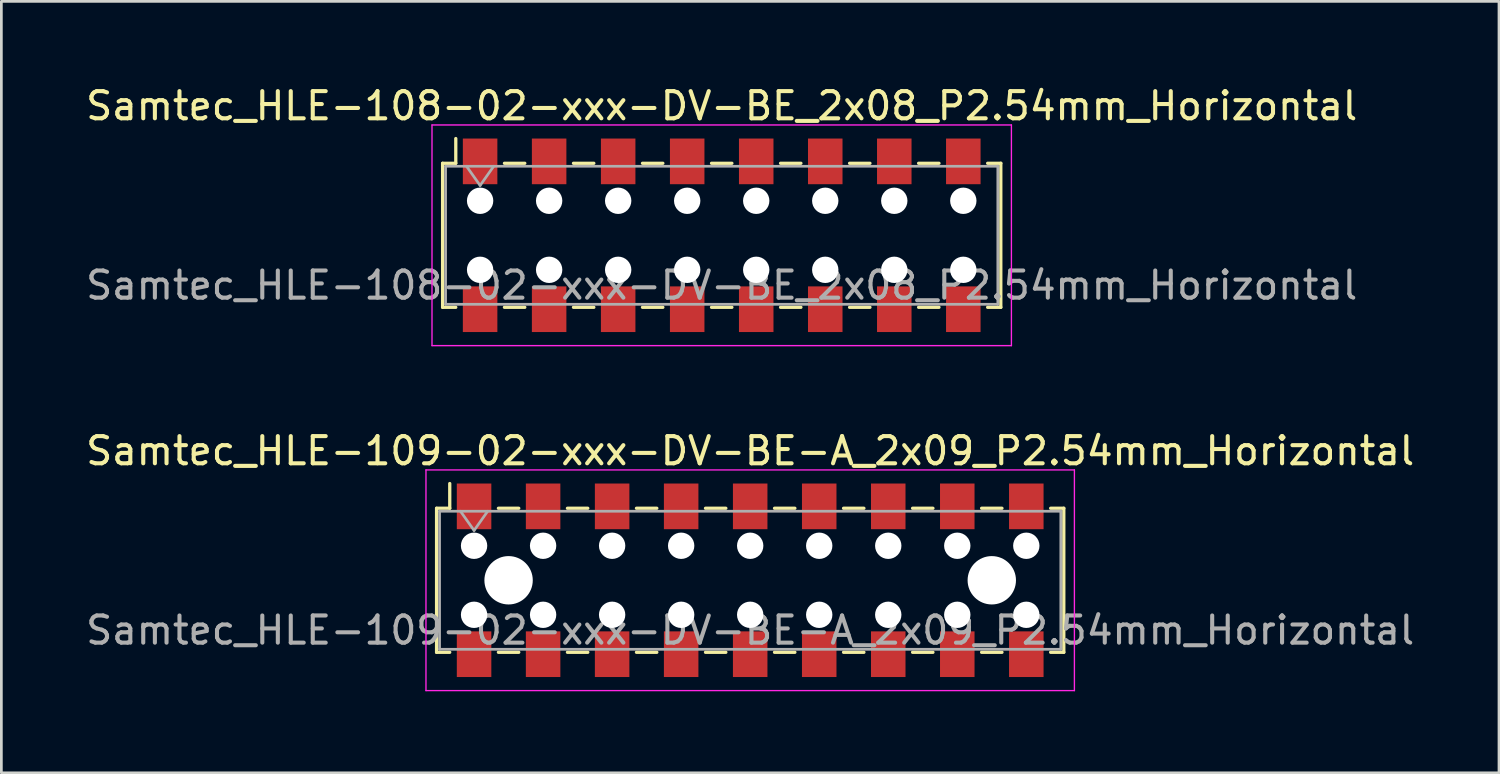
<source format=kicad_pcb>
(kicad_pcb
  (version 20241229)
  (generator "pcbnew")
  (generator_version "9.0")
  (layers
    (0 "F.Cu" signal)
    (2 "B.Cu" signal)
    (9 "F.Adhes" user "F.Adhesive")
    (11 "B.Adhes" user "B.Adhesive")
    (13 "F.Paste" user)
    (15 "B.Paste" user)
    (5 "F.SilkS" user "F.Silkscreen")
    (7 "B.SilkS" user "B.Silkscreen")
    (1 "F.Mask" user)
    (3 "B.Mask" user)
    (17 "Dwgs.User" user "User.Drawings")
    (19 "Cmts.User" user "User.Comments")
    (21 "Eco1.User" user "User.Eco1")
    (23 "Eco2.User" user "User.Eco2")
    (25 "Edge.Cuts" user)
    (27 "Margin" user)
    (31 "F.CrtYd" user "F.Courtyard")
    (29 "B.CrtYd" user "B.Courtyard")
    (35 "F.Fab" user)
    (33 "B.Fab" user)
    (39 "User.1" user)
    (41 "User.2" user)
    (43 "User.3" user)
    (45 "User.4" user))
  (footprint "Samtec_HLE-109-02-xxx-DV-BE-A_2x09_P2.54mm_Horizontal"
    (layer "F.Cu")
    (at 24.554 18.302)
    (property "Reference" "Samtec_HLE-109-02-xxx-DV-BE-A_2x09_P2.54mm_Horizontal" (at 0 -4.76 0) (layer "F.SilkS") (effects (font (size 1 1) (thickness 0.15))))
    (attr smd)
    (fp_line (start -11.54 -2.65) (end -11.54 2.65) (stroke (width 0.12) (type solid)) (layer "F.SilkS"))
    (fp_line (start -11.54 2.65) (end -11.055 2.65) (stroke (width 0.12) (type solid)) (layer "F.SilkS"))
    (fp_line (start -11.055 -3.56) (end -11.055 -2.65) (stroke (width 0.12) (type solid)) (layer "F.SilkS"))
    (fp_line (start -11.055 -2.65) (end -11.54 -2.65) (stroke (width 0.12) (type solid)) (layer "F.SilkS"))
    (fp_line (start -9.265 -2.65) (end -8.515 -2.65) (stroke (width 0.12) (type solid)) (layer "F.SilkS"))
    (fp_line (start -9.265 2.65) (end -8.515 2.65) (stroke (width 0.12) (type solid)) (layer "F.SilkS"))
    (fp_line (start -6.725 -2.65) (end -5.975 -2.65) (stroke (width 0.12) (type solid)) (layer "F.SilkS"))
    (fp_line (start -6.725 2.65) (end -5.975 2.65) (stroke (width 0.12) (type solid)) (layer "F.SilkS"))
    (fp_line (start -4.185 -2.65) (end -3.435 -2.65) (stroke (width 0.12) (type solid)) (layer "F.SilkS"))
    (fp_line (start -4.185 2.65) (end -3.435 2.65) (stroke (width 0.12) (type solid)) (layer "F.SilkS"))
    (fp_line (start -1.645 -2.65) (end -0.895 -2.65) (stroke (width 0.12) (type solid)) (layer "F.SilkS"))
    (fp_line (start -1.645 2.65) (end -0.895 2.65) (stroke (width 0.12) (type solid)) (layer "F.SilkS"))
    (fp_line (start 0.895 -2.65) (end 1.645 -2.65) (stroke (width 0.12) (type solid)) (layer "F.SilkS"))
    (fp_line (start 0.895 2.65) (end 1.645 2.65) (stroke (width 0.12) (type solid)) (layer "F.SilkS"))
    (fp_line (start 3.435 -2.65) (end 4.185 -2.65) (stroke (width 0.12) (type solid)) (layer "F.SilkS"))
    (fp_line (start 3.435 2.65) (end 4.185 2.65) (stroke (width 0.12) (type solid)) (layer "F.SilkS"))
    (fp_line (start 5.975 -2.65) (end 6.725 -2.65) (stroke (width 0.12) (type solid)) (layer "F.SilkS"))
    (fp_line (start 5.975 2.65) (end 6.725 2.65) (stroke (width 0.12) (type solid)) (layer "F.SilkS"))
    (fp_line (start 8.515 -2.65) (end 9.265 -2.65) (stroke (width 0.12) (type solid)) (layer "F.SilkS"))
    (fp_line (start 8.515 2.65) (end 9.265 2.65) (stroke (width 0.12) (type solid)) (layer "F.SilkS"))
    (fp_line (start 11.055 -2.65) (end 11.54 -2.65) (stroke (width 0.12) (type solid)) (layer "F.SilkS"))
    (fp_line (start 11.54 -2.65) (end 11.54 2.65) (stroke (width 0.12) (type solid)) (layer "F.SilkS"))
    (fp_line (start 11.54 2.65) (end 11.055 2.65) (stroke (width 0.12) (type solid)) (layer "F.SilkS"))
    (fp_line (start -11.93 -4.06) (end 11.93 -4.06) (stroke (width 0.05) (type solid)) (layer "F.CrtYd"))
    (fp_line (start -11.93 4.06) (end -11.93 -4.06) (stroke (width 0.05) (type solid)) (layer "F.CrtYd"))
    (fp_line (start 11.93 -4.06) (end 11.93 4.06) (stroke (width 0.05) (type solid)) (layer "F.CrtYd"))
    (fp_line (start 11.93 4.06) (end -11.93 4.06) (stroke (width 0.05) (type solid)) (layer "F.CrtYd"))
    (fp_line (start -11.43 -2.54) (end 11.43 -2.54) (stroke (width 0.1) (type solid)) (layer "F.Fab"))
    (fp_line (start -11.43 2.54) (end -11.43 -2.54) (stroke (width 0.1) (type solid)) (layer "F.Fab"))
    (fp_line (start -10.66 -2.54) (end -10.16 -1.833) (stroke (width 0.1) (type solid)) (layer "F.Fab"))
    (fp_line (start -10.16 -1.833) (end -9.66 -2.54) (stroke (width 0.1) (type solid)) (layer "F.Fab"))
    (fp_line (start 11.43 -2.54) (end 11.43 2.54) (stroke (width 0.1) (type solid)) (layer "F.Fab"))
    (fp_line (start 11.43 2.54) (end -11.43 2.54) (stroke (width 0.1) (type solid)) (layer "F.Fab"))
    (fp_text user "${REFERENCE}" (at 0 1.84 0) (layer "F.Fab") (effects (font (size 1 1) (thickness 0.15))))
    (pad "" np_thru_hole circle (at -10.16 -1.27) (size 0.97 0.97) (drill 0.97) (layers "*.Cu" "*.Mask"))
    (pad "" np_thru_hole circle (at -10.16 1.27) (size 0.97 0.97) (drill 0.97) (layers "*.Cu" "*.Mask"))
    (pad "" np_thru_hole circle (at -8.89 0) (size 1.78 1.78) (drill 1.78) (layers "*.Cu" "*.Mask"))
    (pad "" np_thru_hole circle (at -7.62 -1.27) (size 0.97 0.97) (drill 0.97) (layers "*.Cu" "*.Mask"))
    (pad "" np_thru_hole circle (at -7.62 1.27) (size 0.97 0.97) (drill 0.97) (layers "*.Cu" "*.Mask"))
    (pad "" np_thru_hole circle (at -5.08 -1.27) (size 0.97 0.97) (drill 0.97) (layers "*.Cu" "*.Mask"))
    (pad "" np_thru_hole circle (at -5.08 1.27) (size 0.97 0.97) (drill 0.97) (layers "*.Cu" "*.Mask"))
    (pad "" np_thru_hole circle (at -2.54 -1.27) (size 0.97 0.97) (drill 0.97) (layers "*.Cu" "*.Mask"))
    (pad "" np_thru_hole circle (at -2.54 1.27) (size 0.97 0.97) (drill 0.97) (layers "*.Cu" "*.Mask"))
    (pad "" np_thru_hole circle (at 0 -1.27) (size 0.97 0.97) (drill 0.97) (layers "*.Cu" "*.Mask"))
    (pad "" np_thru_hole circle (at 0 1.27) (size 0.97 0.97) (drill 0.97) (layers "*.Cu" "*.Mask"))
    (pad "" np_thru_hole circle (at 2.54 -1.27) (size 0.97 0.97) (drill 0.97) (layers "*.Cu" "*.Mask"))
    (pad "" np_thru_hole circle (at 2.54 1.27) (size 0.97 0.97) (drill 0.97) (layers "*.Cu" "*.Mask"))
    (pad "" np_thru_hole circle (at 5.08 -1.27) (size 0.97 0.97) (drill 0.97) (layers "*.Cu" "*.Mask"))
    (pad "" np_thru_hole circle (at 5.08 1.27) (size 0.97 0.97) (drill 0.97) (layers "*.Cu" "*.Mask"))
    (pad "" np_thru_hole circle (at 7.62 -1.27) (size 0.97 0.97) (drill 0.97) (layers "*.Cu" "*.Mask"))
    (pad "" np_thru_hole circle (at 7.62 1.27) (size 0.97 0.97) (drill 0.97) (layers "*.Cu" "*.Mask"))
    (pad "" np_thru_hole circle (at 8.89 0) (size 1.78 1.78) (drill 1.78) (layers "*.Cu" "*.Mask"))
    (pad "" np_thru_hole circle (at 10.16 -1.27) (size 0.97 0.97) (drill 0.97) (layers "*.Cu" "*.Mask"))
    (pad "" np_thru_hole circle (at 10.16 1.27) (size 0.97 0.97) (drill 0.97) (layers "*.Cu" "*.Mask"))
    (pad "1" smd rect (at -10.16 -2.72) (size 1.27 1.68) (layers "F.Cu" "F.Mask" "F.Paste"))
    (pad "2" smd rect (at -10.16 2.72) (size 1.27 1.68) (layers "F.Cu" "F.Mask" "F.Paste"))
    (pad "3" smd rect (at -7.62 -2.72) (size 1.27 1.68) (layers "F.Cu" "F.Mask" "F.Paste"))
    (pad "4" smd rect (at -7.62 2.72) (size 1.27 1.68) (layers "F.Cu" "F.Mask" "F.Paste"))
    (pad "5" smd rect (at -5.08 -2.72) (size 1.27 1.68) (layers "F.Cu" "F.Mask" "F.Paste"))
    (pad "6" smd rect (at -5.08 2.72) (size 1.27 1.68) (layers "F.Cu" "F.Mask" "F.Paste"))
    (pad "7" smd rect (at -2.54 -2.72) (size 1.27 1.68) (layers "F.Cu" "F.Mask" "F.Paste"))
    (pad "8" smd rect (at -2.54 2.72) (size 1.27 1.68) (layers "F.Cu" "F.Mask" "F.Paste"))
    (pad "9" smd rect (at 0 -2.72) (size 1.27 1.68) (layers "F.Cu" "F.Mask" "F.Paste"))
    (pad "10" smd rect (at 0 2.72) (size 1.27 1.68) (layers "F.Cu" "F.Mask" "F.Paste"))
    (pad "11" smd rect (at 2.54 -2.72) (size 1.27 1.68) (layers "F.Cu" "F.Mask" "F.Paste"))
    (pad "12" smd rect (at 2.54 2.72) (size 1.27 1.68) (layers "F.Cu" "F.Mask" "F.Paste"))
    (pad "13" smd rect (at 5.08 -2.72) (size 1.27 1.68) (layers "F.Cu" "F.Mask" "F.Paste"))
    (pad "14" smd rect (at 5.08 2.72) (size 1.27 1.68) (layers "F.Cu" "F.Mask" "F.Paste"))
    (pad "15" smd rect (at 7.62 -2.72) (size 1.27 1.68) (layers "F.Cu" "F.Mask" "F.Paste"))
    (pad "16" smd rect (at 7.62 2.72) (size 1.27 1.68) (layers "F.Cu" "F.Mask" "F.Paste"))
    (pad "17" smd rect (at 10.16 -2.72) (size 1.27 1.68) (layers "F.Cu" "F.Mask" "F.Paste"))
    (pad "18" smd rect (at 10.16 2.72) (size 1.27 1.68) (layers "F.Cu" "F.Mask" "F.Paste")))
  (footprint "Samtec_HLE-108-02-xxx-DV-BE_2x08_P2.54mm_Horizontal"
    (layer "F.Cu")
    (at 23.506 5.608)
    (property "Reference" "Samtec_HLE-108-02-xxx-DV-BE_2x08_P2.54mm_Horizontal" (at 0 -4.76 0) (layer "F.SilkS") (effects (font (size 1 1) (thickness 0.15))))
    (attr smd)
    (fp_line (start -10.27 -2.65) (end -10.27 2.65) (stroke (width 0.12) (type solid)) (layer "F.SilkS"))
    (fp_line (start -10.27 2.65) (end -9.785 2.65) (stroke (width 0.12) (type solid)) (layer "F.SilkS"))
    (fp_line (start -9.785 -3.56) (end -9.785 -2.65) (stroke (width 0.12) (type solid)) (layer "F.SilkS"))
    (fp_line (start -9.785 -2.65) (end -10.27 -2.65) (stroke (width 0.12) (type solid)) (layer "F.SilkS"))
    (fp_line (start -7.995 -2.65) (end -7.245 -2.65) (stroke (width 0.12) (type solid)) (layer "F.SilkS"))
    (fp_line (start -7.995 2.65) (end -7.245 2.65) (stroke (width 0.12) (type solid)) (layer "F.SilkS"))
    (fp_line (start -5.455 -2.65) (end -4.705 -2.65) (stroke (width 0.12) (type solid)) (layer "F.SilkS"))
    (fp_line (start -5.455 2.65) (end -4.705 2.65) (stroke (width 0.12) (type solid)) (layer "F.SilkS"))
    (fp_line (start -2.915 -2.65) (end -2.165 -2.65) (stroke (width 0.12) (type solid)) (layer "F.SilkS"))
    (fp_line (start -2.915 2.65) (end -2.165 2.65) (stroke (width 0.12) (type solid)) (layer "F.SilkS"))
    (fp_line (start -0.375 -2.65) (end 0.375 -2.65) (stroke (width 0.12) (type solid)) (layer "F.SilkS"))
    (fp_line (start -0.375 2.65) (end 0.375 2.65) (stroke (width 0.12) (type solid)) (layer "F.SilkS"))
    (fp_line (start 2.165 -2.65) (end 2.915 -2.65) (stroke (width 0.12) (type solid)) (layer "F.SilkS"))
    (fp_line (start 2.165 2.65) (end 2.915 2.65) (stroke (width 0.12) (type solid)) (layer "F.SilkS"))
    (fp_line (start 4.705 -2.65) (end 5.455 -2.65) (stroke (width 0.12) (type solid)) (layer "F.SilkS"))
    (fp_line (start 4.705 2.65) (end 5.455 2.65) (stroke (width 0.12) (type solid)) (layer "F.SilkS"))
    (fp_line (start 7.245 -2.65) (end 7.995 -2.65) (stroke (width 0.12) (type solid)) (layer "F.SilkS"))
    (fp_line (start 7.245 2.65) (end 7.995 2.65) (stroke (width 0.12) (type solid)) (layer "F.SilkS"))
    (fp_line (start 9.785 -2.65) (end 10.27 -2.65) (stroke (width 0.12) (type solid)) (layer "F.SilkS"))
    (fp_line (start 10.27 -2.65) (end 10.27 2.65) (stroke (width 0.12) (type solid)) (layer "F.SilkS"))
    (fp_line (start 10.27 2.65) (end 9.785 2.65) (stroke (width 0.12) (type solid)) (layer "F.SilkS"))
    (fp_line (start -10.66 -4.06) (end 10.66 -4.06) (stroke (width 0.05) (type solid)) (layer "F.CrtYd"))
    (fp_line (start -10.66 4.06) (end -10.66 -4.06) (stroke (width 0.05) (type solid)) (layer "F.CrtYd"))
    (fp_line (start 10.66 -4.06) (end 10.66 4.06) (stroke (width 0.05) (type solid)) (layer "F.CrtYd"))
    (fp_line (start 10.66 4.06) (end -10.66 4.06) (stroke (width 0.05) (type solid)) (layer "F.CrtYd"))
    (fp_line (start -10.16 -2.54) (end 10.16 -2.54) (stroke (width 0.1) (type solid)) (layer "F.Fab"))
    (fp_line (start -10.16 2.54) (end -10.16 -2.54) (stroke (width 0.1) (type solid)) (layer "F.Fab"))
    (fp_line (start -9.39 -2.54) (end -8.89 -1.833) (stroke (width 0.1) (type solid)) (layer "F.Fab"))
    (fp_line (start -8.89 -1.833) (end -8.39 -2.54) (stroke (width 0.1) (type solid)) (layer "F.Fab"))
    (fp_line (start 10.16 -2.54) (end 10.16 2.54) (stroke (width 0.1) (type solid)) (layer "F.Fab"))
    (fp_line (start 10.16 2.54) (end -10.16 2.54) (stroke (width 0.1) (type solid)) (layer "F.Fab"))
    (fp_text user "${REFERENCE}" (at 0 1.84 0) (layer "F.Fab") (effects (font (size 1 1) (thickness 0.15))))
    (pad "" np_thru_hole circle (at -8.89 -1.27) (size 0.97 0.97) (drill 0.97) (layers "*.Cu" "*.Mask"))
    (pad "" np_thru_hole circle (at -8.89 1.27) (size 0.97 0.97) (drill 0.97) (layers "*.Cu" "*.Mask"))
    (pad "" np_thru_hole circle (at -6.35 -1.27) (size 0.97 0.97) (drill 0.97) (layers "*.Cu" "*.Mask"))
    (pad "" np_thru_hole circle (at -6.35 1.27) (size 0.97 0.97) (drill 0.97) (layers "*.Cu" "*.Mask"))
    (pad "" np_thru_hole circle (at -3.81 -1.27) (size 0.97 0.97) (drill 0.97) (layers "*.Cu" "*.Mask"))
    (pad "" np_thru_hole circle (at -3.81 1.27) (size 0.97 0.97) (drill 0.97) (layers "*.Cu" "*.Mask"))
    (pad "" np_thru_hole circle (at -1.27 -1.27) (size 0.97 0.97) (drill 0.97) (layers "*.Cu" "*.Mask"))
    (pad "" np_thru_hole circle (at -1.27 1.27) (size 0.97 0.97) (drill 0.97) (layers "*.Cu" "*.Mask"))
    (pad "" np_thru_hole circle (at 1.27 -1.27) (size 0.97 0.97) (drill 0.97) (layers "*.Cu" "*.Mask"))
    (pad "" np_thru_hole circle (at 1.27 1.27) (size 0.97 0.97) (drill 0.97) (layers "*.Cu" "*.Mask"))
    (pad "" np_thru_hole circle (at 3.81 -1.27) (size 0.97 0.97) (drill 0.97) (layers "*.Cu" "*.Mask"))
    (pad "" np_thru_hole circle (at 3.81 1.27) (size 0.97 0.97) (drill 0.97) (layers "*.Cu" "*.Mask"))
    (pad "" np_thru_hole circle (at 6.35 -1.27) (size 0.97 0.97) (drill 0.97) (layers "*.Cu" "*.Mask"))
    (pad "" np_thru_hole circle (at 6.35 1.27) (size 0.97 0.97) (drill 0.97) (layers "*.Cu" "*.Mask"))
    (pad "" np_thru_hole circle (at 8.89 -1.27) (size 0.97 0.97) (drill 0.97) (layers "*.Cu" "*.Mask"))
    (pad "" np_thru_hole circle (at 8.89 1.27) (size 0.97 0.97) (drill 0.97) (layers "*.Cu" "*.Mask"))
    (pad "1" smd rect (at -8.89 -2.72) (size 1.27 1.68) (layers "F.Cu" "F.Mask" "F.Paste"))
    (pad "2" smd rect (at -8.89 2.72) (size 1.27 1.68) (layers "F.Cu" "F.Mask" "F.Paste"))
    (pad "3" smd rect (at -6.35 -2.72) (size 1.27 1.68) (layers "F.Cu" "F.Mask" "F.Paste"))
    (pad "4" smd rect (at -6.35 2.72) (size 1.27 1.68) (layers "F.Cu" "F.Mask" "F.Paste"))
    (pad "5" smd rect (at -3.81 -2.72) (size 1.27 1.68) (layers "F.Cu" "F.Mask" "F.Paste"))
    (pad "6" smd rect (at -3.81 2.72) (size 1.27 1.68) (layers "F.Cu" "F.Mask" "F.Paste"))
    (pad "7" smd rect (at -1.27 -2.72) (size 1.27 1.68) (layers "F.Cu" "F.Mask" "F.Paste"))
    (pad "8" smd rect (at -1.27 2.72) (size 1.27 1.68) (layers "F.Cu" "F.Mask" "F.Paste"))
    (pad "9" smd rect (at 1.27 -2.72) (size 1.27 1.68) (layers "F.Cu" "F.Mask" "F.Paste"))
    (pad "10" smd rect (at 1.27 2.72) (size 1.27 1.68) (layers "F.Cu" "F.Mask" "F.Paste"))
    (pad "11" smd rect (at 3.81 -2.72) (size 1.27 1.68) (layers "F.Cu" "F.Mask" "F.Paste"))
    (pad "12" smd rect (at 3.81 2.72) (size 1.27 1.68) (layers "F.Cu" "F.Mask" "F.Paste"))
    (pad "13" smd rect (at 6.35 -2.72) (size 1.27 1.68) (layers "F.Cu" "F.Mask" "F.Paste"))
    (pad "14" smd rect (at 6.35 2.72) (size 1.27 1.68) (layers "F.Cu" "F.Mask" "F.Paste"))
    (pad "15" smd rect (at 8.89 -2.72) (size 1.27 1.68) (layers "F.Cu" "F.Mask" "F.Paste"))
    (pad "16" smd rect (at 8.89 2.72) (size 1.27 1.68) (layers "F.Cu" "F.Mask" "F.Paste")))
  (gr_rect
    (start -3 -3)
    (end 52.107 25.387)
    (stroke (width 0.1) (type default))
    (fill no)
    (layer "Edge.Cuts")))
</source>
